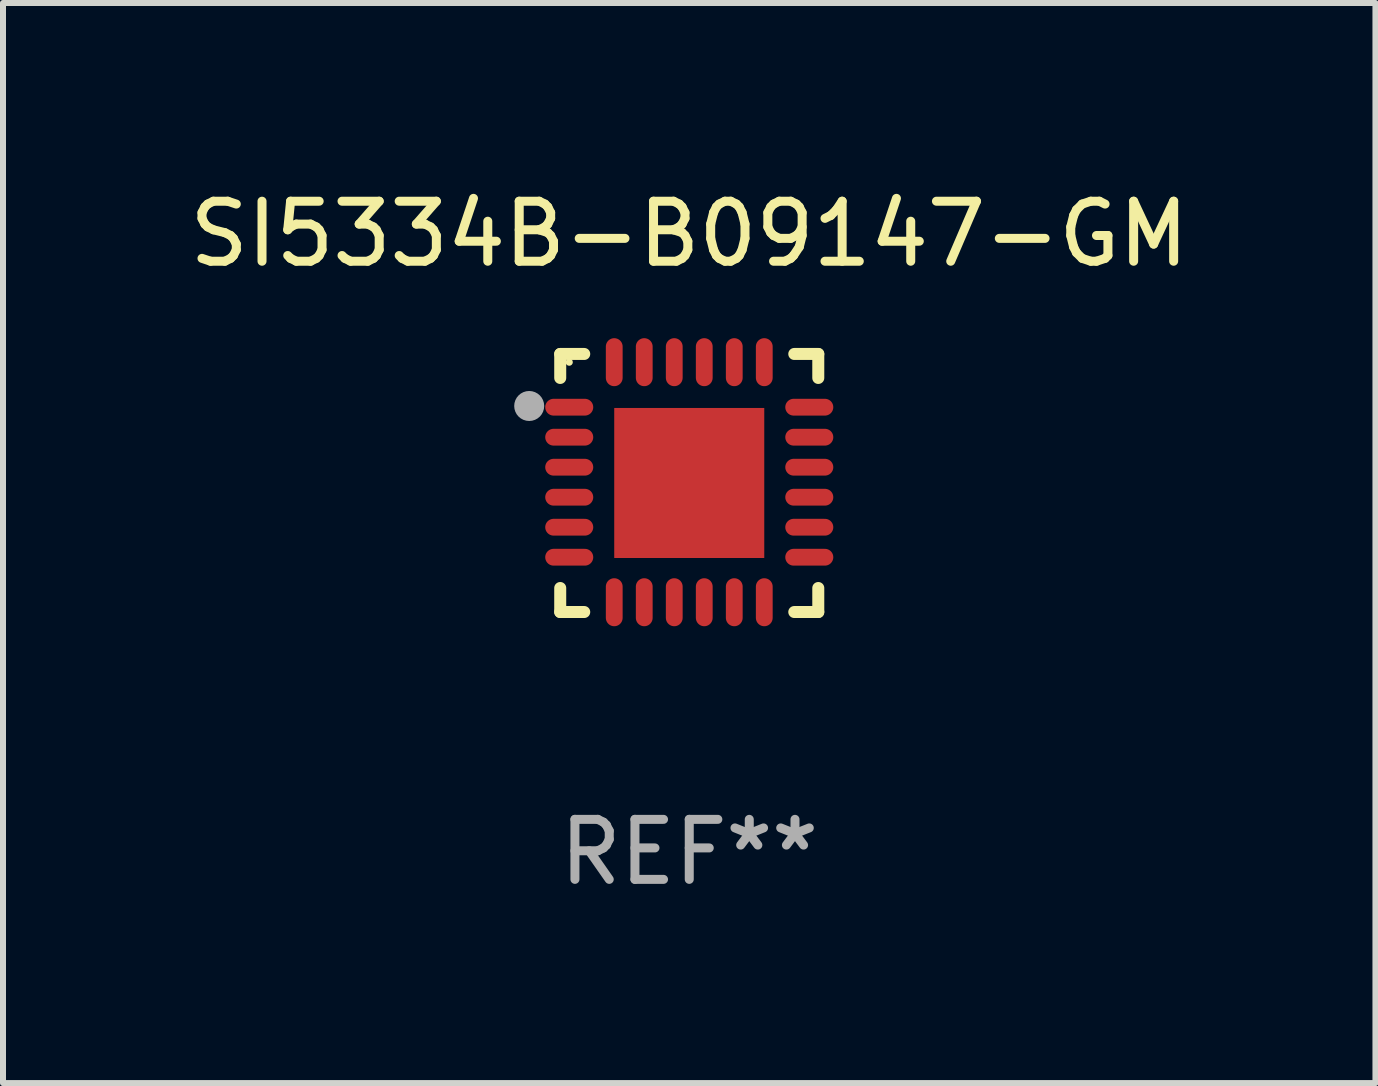
<source format=kicad_pcb>
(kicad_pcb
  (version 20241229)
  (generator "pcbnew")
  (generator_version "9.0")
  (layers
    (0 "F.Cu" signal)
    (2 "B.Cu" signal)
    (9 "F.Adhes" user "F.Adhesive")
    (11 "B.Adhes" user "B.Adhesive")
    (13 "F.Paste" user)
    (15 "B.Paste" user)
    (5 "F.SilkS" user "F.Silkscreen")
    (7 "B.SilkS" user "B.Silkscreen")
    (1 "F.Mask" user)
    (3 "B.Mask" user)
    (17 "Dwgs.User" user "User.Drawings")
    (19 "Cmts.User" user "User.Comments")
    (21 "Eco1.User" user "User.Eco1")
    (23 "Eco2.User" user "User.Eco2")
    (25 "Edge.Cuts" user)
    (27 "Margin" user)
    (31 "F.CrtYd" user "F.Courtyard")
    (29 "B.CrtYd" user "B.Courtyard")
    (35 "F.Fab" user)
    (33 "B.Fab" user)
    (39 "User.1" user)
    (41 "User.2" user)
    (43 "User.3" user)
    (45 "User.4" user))
  (footprint "SI5334B-B09147-GM"
    (layer "F.Cu")
    (at 8.435 4.998)
    (property "Reference" "SI5334B-B09147-GM" (at 0 -4.15 0) (layer "F.SilkS") (effects (font (size 1 1) (thickness 0.15))))
    (attr through_hole)
    (fp_line (start -2.15 -2.15) (end -1.75 -2.15) (stroke (width 0.2) (type solid)) (layer "F.SilkS"))
    (fp_line (start -2.15 -1.75) (end -2.15 -2.15) (stroke (width 0.2) (type solid)) (layer "F.SilkS"))
    (fp_line (start -2.15 2.15) (end -2.15 1.75) (stroke (width 0.2) (type solid)) (layer "F.SilkS"))
    (fp_line (start -1.75 2.15) (end -2.15 2.15) (stroke (width 0.2) (type solid)) (layer "F.SilkS"))
    (fp_line (start 1.75 -2.15) (end 2.15 -2.15) (stroke (width 0.2) (type solid)) (layer "F.SilkS"))
    (fp_line (start 1.75 2.15) (end 2.15 2.15) (stroke (width 0.2) (type solid)) (layer "F.SilkS"))
    (fp_line (start 2.15 -2.15) (end 2.15 -1.75) (stroke (width 0.2) (type solid)) (layer "F.SilkS"))
    (fp_line (start 2.15 2.15) (end 2.15 1.75) (stroke (width 0.2) (type solid)) (layer "F.SilkS"))
    (fp_circle (center -2 -2.013) (end -1.97 -2.013) (stroke (width 0.06) (type solid)) (fill no) (layer "F.SilkS"))
    (fp_circle (center -2.667 -1.283) (end -2.542 -1.283) (stroke (width 0.25) (type solid)) (fill no) (layer "F.Fab"))
    (fp_text user "REF**" (at 0 6.15 0) (layer "F.Fab") (effects (font (size 1 1) (thickness 0.15))))
    (pad "1" smd oval (at -2 -1.263) (size 0.8 0.28) (layers "F.Cu" "F.Mask" "F.Paste"))
    (pad "2" smd oval (at -2 -0.763) (size 0.8 0.28) (layers "F.Cu" "F.Mask" "F.Paste"))
    (pad "3" smd oval (at -2 -0.263) (size 0.8 0.28) (layers "F.Cu" "F.Mask" "F.Paste"))
    (pad "4" smd oval (at -2 0.237) (size 0.8 0.28) (layers "F.Cu" "F.Mask" "F.Paste"))
    (pad "5" smd oval (at -2 0.737) (size 0.8 0.28) (layers "F.Cu" "F.Mask" "F.Paste"))
    (pad "6" smd oval (at -2 1.237) (size 0.8 0.28) (layers "F.Cu" "F.Mask" "F.Paste"))
    (pad "7" smd oval (at -1.25 1.987) (size 0.28 0.8) (layers "F.Cu" "F.Mask" "F.Paste"))
    (pad "8" smd oval (at -0.75 1.987) (size 0.28 0.8) (layers "F.Cu" "F.Mask" "F.Paste"))
    (pad "9" smd oval (at -0.25 1.987) (size 0.28 0.8) (layers "F.Cu" "F.Mask" "F.Paste"))
    (pad "10" smd oval (at 0.25 1.987) (size 0.28 0.8) (layers "F.Cu" "F.Mask" "F.Paste"))
    (pad "11" smd oval (at 0.75 1.987) (size 0.28 0.8) (layers "F.Cu" "F.Mask" "F.Paste"))
    (pad "12" smd oval (at 1.25 1.987) (size 0.28 0.8) (layers "F.Cu" "F.Mask" "F.Paste"))
    (pad "13" smd oval (at 2 1.237) (size 0.8 0.28) (layers "F.Cu" "F.Mask" "F.Paste"))
    (pad "14" smd oval (at 2 0.737) (size 0.8 0.28) (layers "F.Cu" "F.Mask" "F.Paste"))
    (pad "15" smd oval (at 2 0.237) (size 0.8 0.28) (layers "F.Cu" "F.Mask" "F.Paste"))
    (pad "16" smd oval (at 2 -0.263) (size 0.8 0.28) (layers "F.Cu" "F.Mask" "F.Paste"))
    (pad "17" smd oval (at 2 -0.763) (size 0.8 0.28) (layers "F.Cu" "F.Mask" "F.Paste"))
    (pad "18" smd oval (at 2 -1.263) (size 0.8 0.28) (layers "F.Cu" "F.Mask" "F.Paste"))
    (pad "19" smd oval (at 1.25 -2.013) (size 0.28 0.8) (layers "F.Cu" "F.Mask" "F.Paste"))
    (pad "20" smd oval (at 0.75 -2.013) (size 0.28 0.8) (layers "F.Cu" "F.Mask" "F.Paste"))
    (pad "21" smd oval (at 0.25 -2.013) (size 0.28 0.8) (layers "F.Cu" "F.Mask" "F.Paste"))
    (pad "22" smd oval (at -0.25 -2.013) (size 0.28 0.8) (layers "F.Cu" "F.Mask" "F.Paste"))
    (pad "23" smd oval (at -0.75 -2.013) (size 0.28 0.8) (layers "F.Cu" "F.Mask" "F.Paste"))
    (pad "24" smd oval (at -1.25 -2.013) (size 0.28 0.8) (layers "F.Cu" "F.Mask" "F.Paste"))
    (pad "25" smd rect (at -0.000127 -0.00014) (size 2.5 2.5) (layers "F.Cu" "F.Mask" "F.Paste")))
  (gr_rect
    (start -3 -3)
    (end 19.869 14.997)
    (stroke (width 0.1) (type default))
    (fill no)
    (layer "Edge.Cuts")))
</source>
